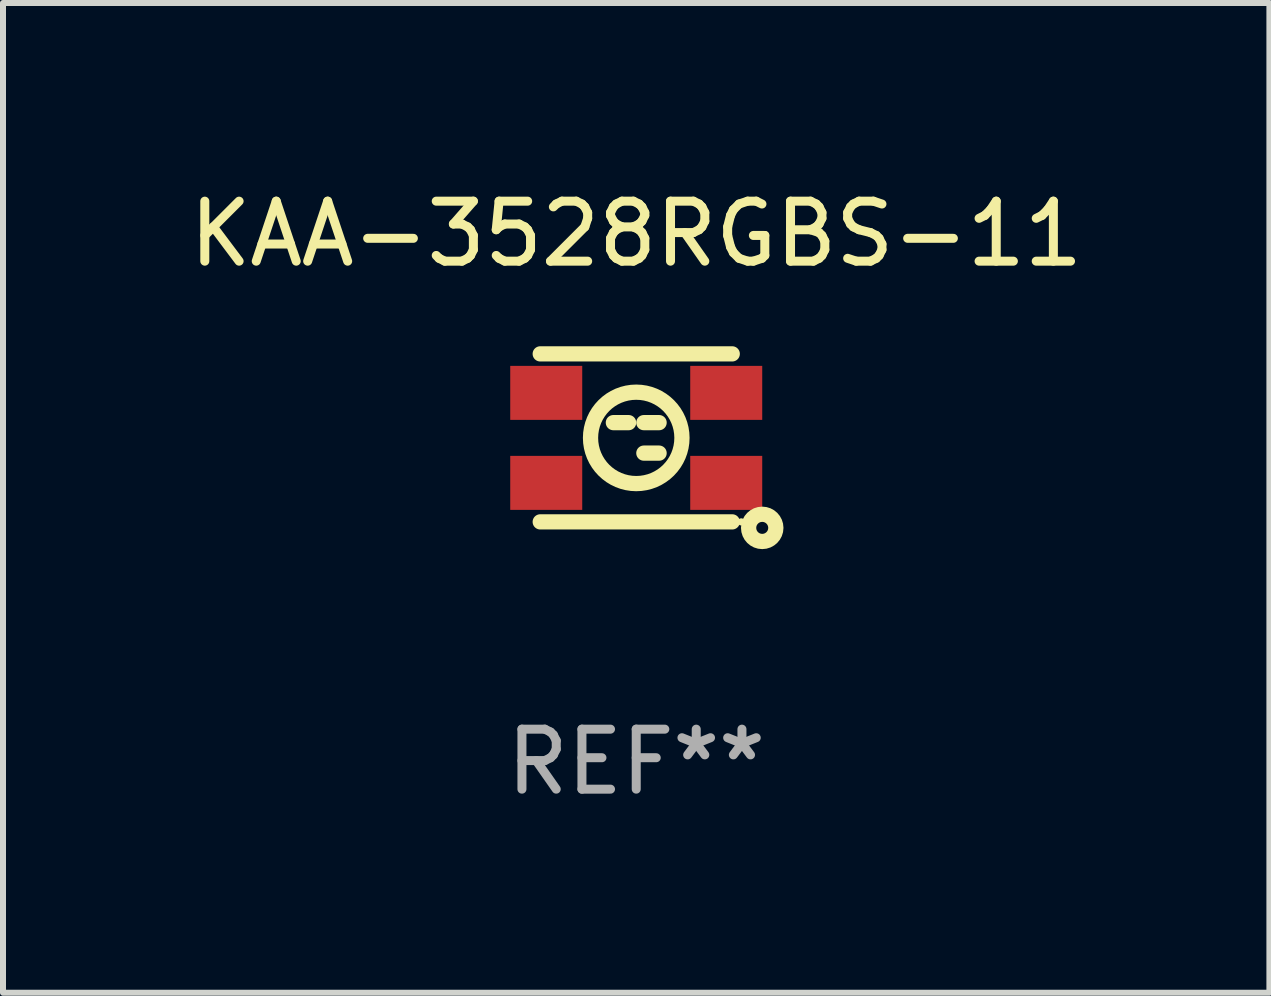
<source format=kicad_pcb>
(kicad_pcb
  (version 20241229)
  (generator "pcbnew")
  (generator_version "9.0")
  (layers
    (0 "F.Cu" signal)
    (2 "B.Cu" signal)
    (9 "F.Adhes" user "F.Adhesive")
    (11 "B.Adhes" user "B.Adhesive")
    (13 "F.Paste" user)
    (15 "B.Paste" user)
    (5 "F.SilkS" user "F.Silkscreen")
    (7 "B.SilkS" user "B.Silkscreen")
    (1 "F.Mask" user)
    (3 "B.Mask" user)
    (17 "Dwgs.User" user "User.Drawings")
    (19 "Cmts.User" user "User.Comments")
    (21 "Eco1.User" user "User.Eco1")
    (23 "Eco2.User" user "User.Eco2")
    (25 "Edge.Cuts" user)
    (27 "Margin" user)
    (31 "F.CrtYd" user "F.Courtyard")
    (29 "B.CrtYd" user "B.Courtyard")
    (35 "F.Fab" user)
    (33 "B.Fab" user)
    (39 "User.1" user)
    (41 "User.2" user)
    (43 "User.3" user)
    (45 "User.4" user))
  (footprint "KAA-3528RGBS-11"
    (layer "F.Cu")
    (at 7.554 4.248)
    (property "Reference" "KAA-3528RGBS-11" (at 0 -3.4 0) (layer "F.SilkS") (effects (font (size 1 1) (thickness 0.15))))
    (attr through_hole)
    (fp_line (start -1.6 -1.4) (end 1.6 -1.4) (stroke (width 0.254) (type solid)) (layer "F.SilkS"))
    (fp_line (start -0.127 -0.254) (end -0.381 -0.254) (stroke (width 0.254) (type solid)) (layer "F.SilkS"))
    (fp_line (start 0.381 -0.254) (end 0.127 -0.254) (stroke (width 0.254) (type solid)) (layer "F.SilkS"))
    (fp_line (start 0.381 0.254) (end 0.127 0.254) (stroke (width 0.254) (type solid)) (layer "F.SilkS"))
    (fp_line (start 1.6 1.4) (end -1.6 1.4) (stroke (width 0.254) (type solid)) (layer "F.SilkS"))
    (fp_circle (center 0.000102 0.000051) (end 0.762 0.000051) (stroke (width 0.254) (type solid)) (fill no) (layer "F.SilkS"))
    (fp_circle (center 1.75 1.4) (end 1.78 1.4) (stroke (width 0.06) (type solid)) (fill no) (layer "F.SilkS"))
    (fp_circle (center 2.1 1.5) (end 2.2 1.5) (stroke (width 0.254) (type solid)) (fill no) (layer "F.SilkS"))
    (fp_text user "REF**" (at 0 5.4 0) (layer "F.Fab") (effects (font (size 1 1) (thickness 0.15))))
    (pad "1" smd rect (at 1.5 0.75 180) (size 1.2 0.9) (layers "F.Cu" "F.Mask" "F.Paste"))
    (pad "2" smd rect (at -1.5 0.75 180) (size 1.2 0.9) (layers "F.Cu" "F.Mask" "F.Paste"))
    (pad "3" smd rect (at -1.5 -0.75 180) (size 1.2 0.9) (layers "F.Cu" "F.Mask" "F.Paste"))
    (pad "4" smd rect (at 1.5 -0.75 180) (size 1.2 0.9) (layers "F.Cu" "F.Mask" "F.Paste")))
  (gr_rect
    (start -3 -3)
    (end 18.107 13.496)
    (stroke (width 0.1) (type default))
    (fill no)
    (layer "Edge.Cuts")))
</source>
